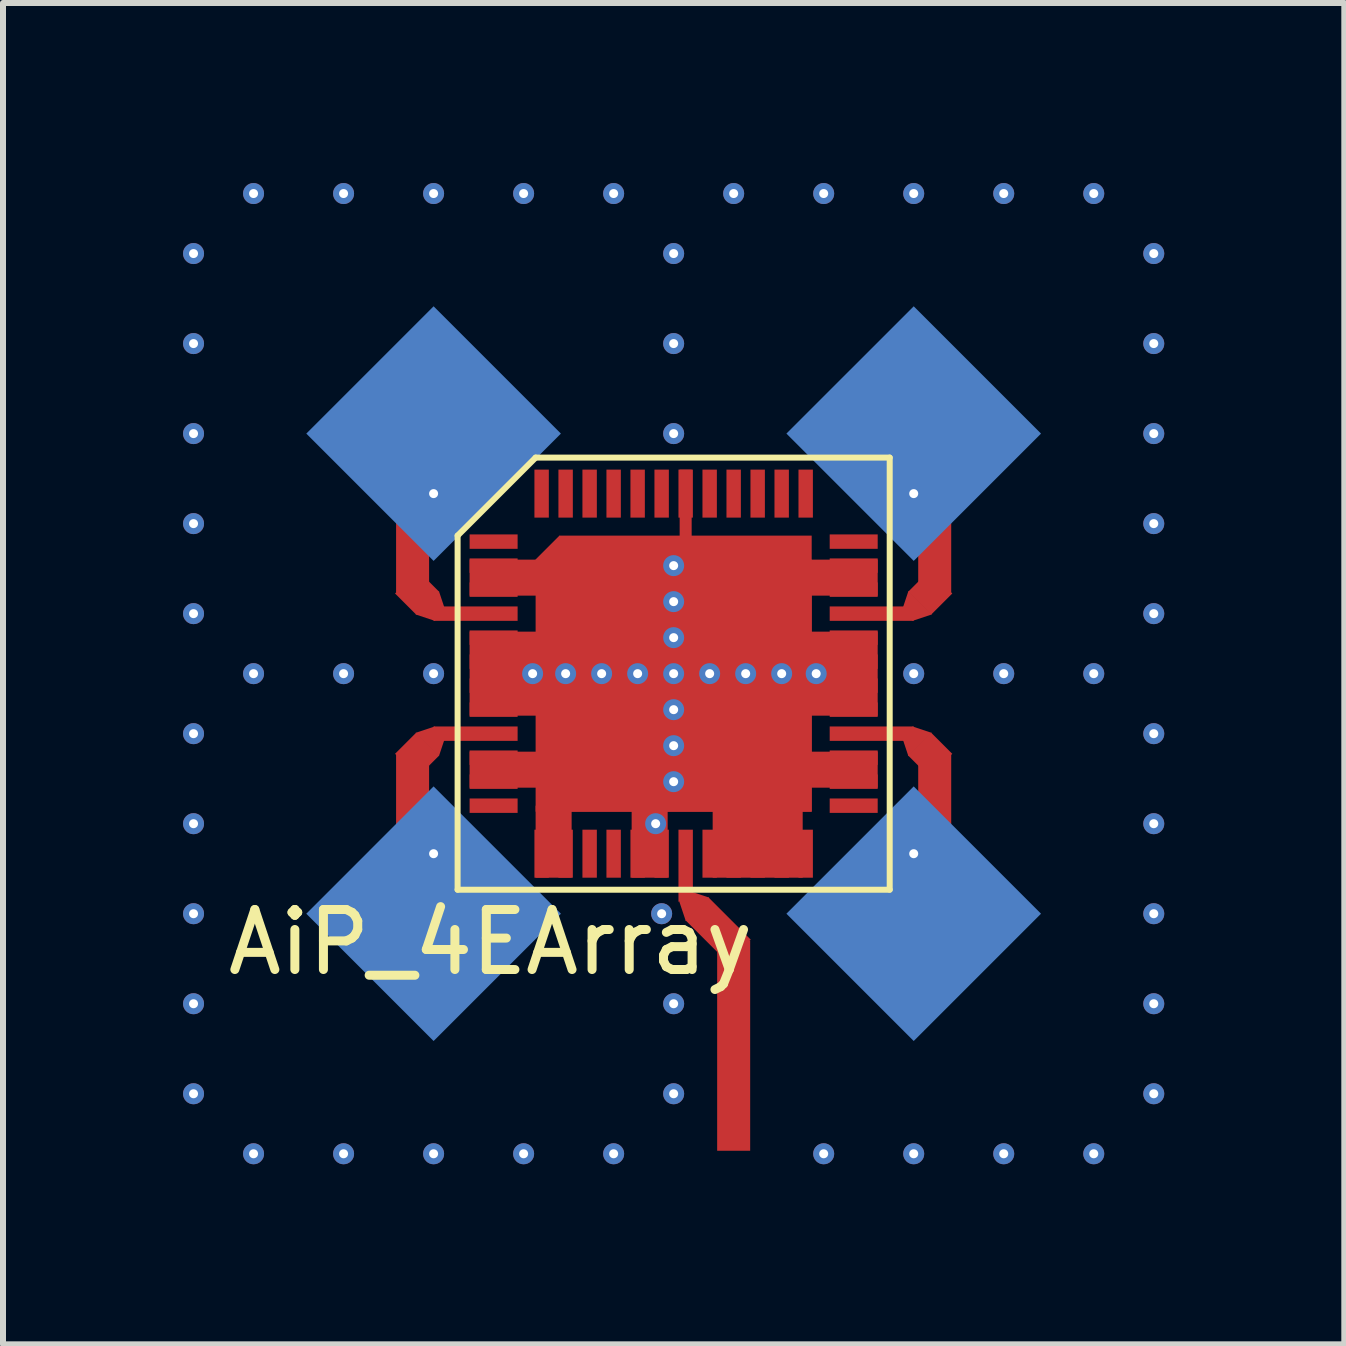
<source format=kicad_pcb>
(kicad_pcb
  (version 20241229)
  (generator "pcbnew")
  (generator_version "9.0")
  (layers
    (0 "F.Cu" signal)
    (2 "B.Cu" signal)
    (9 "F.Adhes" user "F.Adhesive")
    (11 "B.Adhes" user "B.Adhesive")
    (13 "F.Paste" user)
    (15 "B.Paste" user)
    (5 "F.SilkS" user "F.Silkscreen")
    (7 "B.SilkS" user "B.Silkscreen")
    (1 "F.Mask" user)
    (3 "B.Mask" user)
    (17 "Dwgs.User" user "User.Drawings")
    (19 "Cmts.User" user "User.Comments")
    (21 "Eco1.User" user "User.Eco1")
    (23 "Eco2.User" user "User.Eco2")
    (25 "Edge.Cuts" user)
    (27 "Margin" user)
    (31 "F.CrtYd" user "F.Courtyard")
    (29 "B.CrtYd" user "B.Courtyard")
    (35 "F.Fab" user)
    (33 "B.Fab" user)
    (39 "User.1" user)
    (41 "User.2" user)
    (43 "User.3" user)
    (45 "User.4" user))
  (footprint "AiP_4EArray"
    (layer "F.Cu")
    (at 8.175 8.175)
    (property "Reference" "AiP_4EArray" (at -3.05 4.475 0) (layer "F.SilkS") (effects (font (size 1 1) (thickness 0.15))))
    (attr through_hole)
    (fp_line (start -3.6 -2.3) (end -3.6 3.6) (stroke (width 0.1) (type solid)) (layer "F.SilkS"))
    (fp_line (start -3.6 3.6) (end 3.6 3.6) (stroke (width 0.1) (type solid)) (layer "F.SilkS"))
    (fp_line (start -2.3 -3.6) (end -3.6 -2.3) (stroke (width 0.1) (type solid)) (layer "F.SilkS"))
    (fp_line (start 3.6 -3.6) (end -2.3 -3.6) (stroke (width 0.1) (type solid)) (layer "F.SilkS"))
    (fp_line (start 3.6 3.6) (end 3.6 -3.6) (stroke (width 0.1) (type solid)) (layer "F.SilkS"))
    (pad "1" smd rect (at -3 -2.2) (size 0.8 0.24) (layers "F.Cu" "F.Mask" "F.Paste"))
    (pad "2" thru_hole circle (at -8 -7) (size 0.35 0.35) (drill 0.15) (layers "*.Cu" "*.Mask"))
    (pad "2" thru_hole circle (at -8 -5.5) (size 0.35 0.35) (drill 0.15) (layers "*.Cu" "*.Mask"))
    (pad "2" thru_hole circle (at -8 -4) (size 0.35 0.35) (drill 0.15) (layers "*.Cu" "*.Mask"))
    (pad "2" thru_hole circle (at -8 -2.5) (size 0.35 0.35) (drill 0.15) (layers "*.Cu" "*.Mask"))
    (pad "2" thru_hole circle (at -8 -1) (size 0.35 0.35) (drill 0.15) (layers "*.Cu" "*.Mask"))
    (pad "2" thru_hole circle (at -8 1) (size 0.35 0.35) (drill 0.15) (layers "*.Cu" "*.Mask"))
    (pad "2" thru_hole circle (at -8 2.5) (size 0.35 0.35) (drill 0.15) (layers "*.Cu" "*.Mask"))
    (pad "2" thru_hole circle (at -8 4) (size 0.35 0.35) (drill 0.15) (layers "*.Cu" "*.Mask"))
    (pad "2" thru_hole circle (at -8 5.5) (size 0.35 0.35) (drill 0.15) (layers "*.Cu" "*.Mask"))
    (pad "2" thru_hole circle (at -8 7) (size 0.35 0.35) (drill 0.15) (layers "*.Cu" "*.Mask"))
    (pad "2" thru_hole circle (at -7 -8) (size 0.35 0.35) (drill 0.15) (layers "*.Cu" "*.Mask"))
    (pad "2" thru_hole circle (at -7 0) (size 0.35 0.35) (drill 0.15) (layers "*.Cu" "*.Mask"))
    (pad "2" thru_hole circle (at -7 8) (size 0.35 0.35) (drill 0.15) (layers "*.Cu" "*.Mask"))
    (pad "2" thru_hole circle (at -5.5 -8) (size 0.35 0.35) (drill 0.15) (layers "*.Cu" "*.Mask"))
    (pad "2" thru_hole circle (at -5.5 0) (size 0.35 0.35) (drill 0.15) (layers "*.Cu" "*.Mask"))
    (pad "2" thru_hole circle (at -5.5 8) (size 0.35 0.35) (drill 0.15) (layers "*.Cu" "*.Mask"))
    (pad "2" thru_hole circle (at -4 -8) (size 0.35 0.35) (drill 0.15) (layers "*.Cu" "*.Mask"))
    (pad "2" thru_hole circle (at -4 0) (size 0.35 0.35) (drill 0.15) (layers "*.Cu" "*.Mask"))
    (pad "2" thru_hole circle (at -4 8) (size 0.35 0.35) (drill 0.15) (layers "*.Cu" "*.Mask"))
    (pad "2" smd rect (at -3 -1.8) (size 0.8 0.24) (layers "F.Cu" "F.Mask" "F.Paste"))
    (pad "2" smd rect (at -2.8 -1.6) (size 1.2 0.6) (layers "F.Cu"))
    (pad "2" smd rect (at -2.8 0) (size 1.2 1.4) (layers "F.Cu"))
    (pad "2" smd rect (at -2.8 1.6) (size 1.2 0.6) (layers "F.Cu"))
    (pad "2" thru_hole circle (at -2.5 -8) (size 0.35 0.35) (drill 0.15) (layers "*.Cu" "*.Mask"))
    (pad "2" thru_hole circle (at -2.5 8) (size 0.35 0.35) (drill 0.15) (layers "*.Cu" "*.Mask"))
    (pad "2" thru_hole circle (at -2.35 0) (size 0.35 0.35) (drill 0.15) (layers "*.Cu"))
    (pad "2" smd rect (at -2 2.8) (size 0.6 1.2) (layers "F.Cu"))
    (pad "2" smd rect (at -1.9 -1.9 45) (size 0.57 0.57) (layers "F.Cu" "F.Mask" "F.Paste"))
    (pad "2" thru_hole circle (at -1.8 0) (size 0.35 0.35) (drill 0.15) (layers "*.Cu" "*.Mask"))
    (pad "2" thru_hole circle (at -1.2 0) (size 0.35 0.35) (drill 0.15) (layers "*.Cu" "*.Mask"))
    (pad "2" thru_hole circle (at -1 -8) (size 0.35 0.35) (drill 0.15) (layers "*.Cu" "*.Mask"))
    (pad "2" thru_hole circle (at -1 8) (size 0.35 0.35) (drill 0.15) (layers "*.Cu" "*.Mask"))
    (pad "2" thru_hole circle (at -0.6 0) (size 0.35 0.35) (drill 0.15) (layers "*.Cu" "*.Mask"))
    (pad "2" smd rect (at -0.4 2.8) (size 0.6 1.2) (layers "F.Cu"))
    (pad "2" thru_hole circle (at -0.3 2.5) (size 0.35 0.35) (drill 0.15) (layers "*.Cu" "*.Mask"))
    (pad "2" thru_hole circle (at -0.2 4) (size 0.35 0.35) (drill 0.15) (layers "*.Cu" "*.Mask"))
    (pad "2" thru_hole circle (at 0 -7) (size 0.35 0.35) (drill 0.15) (layers "*.Cu" "*.Mask"))
    (pad "2" thru_hole circle (at 0 -5.5) (size 0.35 0.35) (drill 0.15) (layers "*.Cu" "*.Mask"))
    (pad "2" thru_hole circle (at 0 -4) (size 0.35 0.35) (drill 0.15) (layers "*.Cu" "*.Mask"))
    (pad "2" thru_hole circle (at 0 -1.8) (size 0.35 0.35) (drill 0.15) (layers "*.Cu" "*.Mask"))
    (pad "2" thru_hole circle (at 0 -1.2) (size 0.35 0.35) (drill 0.15) (layers "*.Cu" "*.Mask"))
    (pad "2" thru_hole circle (at 0 -0.6) (size 0.35 0.35) (drill 0.15) (layers "*.Cu" "*.Mask"))
    (pad "2" thru_hole circle (at 0 0) (size 0.35 0.35) (drill 0.15) (layers "*.Cu" "*.Mask"))
    (pad "2" smd rect (at 0 0.2) (size 4.6 4.2) (layers "F.Cu" "F.Mask" "F.Paste"))
    (pad "2" thru_hole circle (at 0 0.6) (size 0.35 0.35) (drill 0.15) (layers "*.Cu" "*.Mask"))
    (pad "2" thru_hole circle (at 0 1.2) (size 0.35 0.35) (drill 0.15) (layers "*.Cu" "*.Mask"))
    (pad "2" thru_hole circle (at 0 1.8) (size 0.35 0.35) (drill 0.15) (layers "*.Cu" "*.Mask"))
    (pad "2" thru_hole circle (at 0 5.5) (size 0.35 0.35) (drill 0.15) (layers "*.Cu" "*.Mask"))
    (pad "2" thru_hole circle (at 0 7) (size 0.35 0.35) (drill 0.15) (layers "*.Cu" "*.Mask"))
    (pad "2" smd rect (at 0.2 0) (size 4.2 4.6) (layers "F.Cu" "F.Mask" "F.Paste"))
    (pad "2" thru_hole circle (at 0.6 0) (size 0.35 0.35) (drill 0.15) (layers "*.Cu" "*.Mask"))
    (pad "2" thru_hole circle (at 1 -8) (size 0.35 0.35) (drill 0.15) (layers "*.Cu" "*.Mask"))
    (pad "2" thru_hole circle (at 1.2 0) (size 0.35 0.35) (drill 0.15) (layers "*.Cu" "*.Mask"))
    (pad "2" smd rect (at 1.4 2.8) (size 1.5 1.2) (layers "F.Cu"))
    (pad "2" thru_hole circle (at 1.8 0) (size 0.35 0.35) (drill 0.15) (layers "*.Cu" "*.Mask"))
    (pad "2" thru_hole circle (at 2.375 0) (size 0.35 0.35) (drill 0.15) (layers "*.Cu"))
    (pad "2" thru_hole circle (at 2.5 -8) (size 0.35 0.35) (drill 0.15) (layers "*.Cu" "*.Mask"))
    (pad "2" thru_hole circle (at 2.5 8) (size 0.35 0.35) (drill 0.15) (layers "*.Cu" "*.Mask"))
    (pad "2" smd rect (at 2.8 -1.6) (size 1.2 0.6) (layers "F.Cu"))
    (pad "2" smd rect (at 2.8 0) (size 1.2 1.4) (layers "F.Cu"))
    (pad "2" smd rect (at 2.8 1.6) (size 1.2 0.6) (layers "F.Cu"))
    (pad "2" thru_hole circle (at 4 -8) (size 0.35 0.35) (drill 0.15) (layers "*.Cu" "*.Mask"))
    (pad "2" thru_hole circle (at 4 0) (size 0.35 0.35) (drill 0.15) (layers "*.Cu" "*.Mask"))
    (pad "2" thru_hole circle (at 4 8) (size 0.35 0.35) (drill 0.15) (layers "*.Cu" "*.Mask"))
    (pad "2" thru_hole circle (at 5.5 -8) (size 0.35 0.35) (drill 0.15) (layers "*.Cu" "*.Mask"))
    (pad "2" thru_hole circle (at 5.5 0) (size 0.35 0.35) (drill 0.15) (layers "*.Cu" "*.Mask"))
    (pad "2" thru_hole circle (at 5.5 8) (size 0.35 0.35) (drill 0.15) (layers "*.Cu" "*.Mask"))
    (pad "2" thru_hole circle (at 7 -8) (size 0.35 0.35) (drill 0.15) (layers "*.Cu" "*.Mask"))
    (pad "2" thru_hole circle (at 7 0) (size 0.35 0.35) (drill 0.15) (layers "*.Cu" "*.Mask"))
    (pad "2" thru_hole circle (at 7 8) (size 0.35 0.35) (drill 0.15) (layers "*.Cu" "*.Mask"))
    (pad "2" thru_hole circle (at 8 -7) (size 0.35 0.35) (drill 0.15) (layers "*.Cu" "*.Mask"))
    (pad "2" thru_hole circle (at 8 -5.5) (size 0.35 0.35) (drill 0.15) (layers "*.Cu" "*.Mask"))
    (pad "2" thru_hole circle (at 8 -4) (size 0.35 0.35) (drill 0.15) (layers "*.Cu" "*.Mask"))
    (pad "2" thru_hole circle (at 8 -2.5) (size 0.35 0.35) (drill 0.15) (layers "*.Cu" "*.Mask"))
    (pad "2" thru_hole circle (at 8 -1) (size 0.35 0.35) (drill 0.15) (layers "*.Cu" "*.Mask"))
    (pad "2" thru_hole circle (at 8 1) (size 0.35 0.35) (drill 0.15) (layers "*.Cu" "*.Mask"))
    (pad "2" thru_hole circle (at 8 2.5) (size 0.35 0.35) (drill 0.15) (layers "*.Cu" "*.Mask"))
    (pad "2" thru_hole circle (at 8 4) (size 0.35 0.35) (drill 0.15) (layers "*.Cu" "*.Mask"))
    (pad "2" thru_hole circle (at 8 5.5) (size 0.35 0.35) (drill 0.15) (layers "*.Cu" "*.Mask"))
    (pad "2" thru_hole circle (at 8 7) (size 0.35 0.35) (drill 0.15) (layers "*.Cu" "*.Mask"))
    (pad "3" smd rect (at -3 -1.4) (size 0.8 0.24) (layers "F.Cu" "F.Mask" "F.Paste"))
    (pad "4" smd rect (at -4.31 -2.68 135) (size 0.55 0.35) (layers "F.Cu" "F.Mask" "F.Paste"))
    (pad "4" smd rect (at -4.275 -1.35 45) (size 0.54 0.5) (layers "F.Cu" "F.Mask" "F.Paste"))
    (pad "4" smd trapezoid (at -4.1 -2.9 315) (size 0.4 0.3) (rect_delta 0 0.15) (layers "F.Cu" "F.Mask" "F.Paste"))
    (pad "4" smd rect (at -4 -4 45) (size 3 3) (layers "B.Cu" "B.Mask" "B.Paste"))
    (pad "4" thru_hole circle (at -4 -3) (size 0.35 0.35) (drill 0.15) (layers "*.Cu" "*.Mask"))
    (pad "4" smd trapezoid (at -4 -1.075 225) (size 0.4 0.3) (rect_delta 0 0.15) (layers "F.Cu" "F.Mask" "F.Paste"))
    (pad "4" smd rect (at -3.3 -1) (size 1.4 0.24) (layers "F.Cu" "F.Mask" "F.Paste"))
    (pad "5" smd rect (at -3 -0.6) (size 0.8 0.24) (layers "F.Cu" "F.Mask" "F.Paste"))
    (pad "6" smd rect (at -3 -0.2) (size 0.8 0.24) (layers "F.Cu" "F.Mask" "F.Paste"))
    (pad "7" smd rect (at -3 0.2) (size 0.8 0.24) (layers "F.Cu" "F.Mask" "F.Paste"))
    (pad "8" smd rect (at -3 0.6) (size 0.8 0.24) (layers "F.Cu" "F.Mask" "F.Paste"))
    (pad "9" smd rect (at -4.35 2.05) (size 0.55 1.4) (layers "F.Cu" "F.Mask" "F.Paste"))
    (pad "9" smd rect (at -4.31 2.68 45) (size 0.55 0.35) (layers "F.Cu" "F.Mask" "F.Paste"))
    (pad "9" smd rect (at -4.275 1.35 135) (size 0.54 0.5) (layers "F.Cu" "F.Mask" "F.Paste"))
    (pad "9" smd trapezoid (at -4.1 2.9 225) (size 0.4 0.3) (rect_delta 0 0.15) (layers "F.Cu" "F.Mask" "F.Paste"))
    (pad "9" smd trapezoid (at -4 1.075 315) (size 0.4 0.3) (rect_delta 0 0.15) (layers "F.Cu" "F.Mask" "F.Paste"))
    (pad "9" thru_hole circle (at -4 3) (size 0.35 0.35) (drill 0.15) (layers "*.Cu" "*.Mask"))
    (pad "9" smd rect (at -4 4 45) (size 3 3) (layers "B.Cu" "B.Mask" "B.Paste"))
    (pad "9" smd rect (at -3.3 1) (size 1.4 0.24) (layers "F.Cu" "F.Mask" "F.Paste"))
    (pad "10" smd rect (at -3 1.4) (size 0.8 0.24) (layers "F.Cu" "F.Mask" "F.Paste"))
    (pad "11" smd rect (at -3 1.8) (size 0.8 0.24) (layers "F.Cu" "F.Mask" "F.Paste"))
    (pad "12" smd rect (at -3 2.2) (size 0.8 0.24) (layers "F.Cu" "F.Mask" "F.Paste"))
    (pad "13" smd rect (at -2.2 3) (size 0.24 0.8) (layers "F.Cu" "F.Mask" "F.Paste"))
    (pad "14" smd rect (at -1.8 3) (size 0.24 0.8) (layers "F.Cu" "F.Mask" "F.Paste"))
    (pad "15" smd rect (at -1.4 3) (size 0.24 0.8) (layers "F.Cu" "F.Mask" "F.Paste"))
    (pad "16" smd rect (at -1 3) (size 0.24 0.8) (layers "F.Cu" "F.Mask" "F.Paste"))
    (pad "17" smd rect (at -0.6 3) (size 0.24 0.8) (layers "F.Cu" "F.Mask" "F.Paste"))
    (pad "18" smd rect (at -0.2 3) (size 0.24 0.8) (layers "F.Cu" "F.Mask" "F.Paste"))
    (pad "19" smd rect (at 0.2 3.2) (size 0.24 1.2) (layers "F.Cu" "F.Mask" "F.Paste"))
    (pad "19" smd trapezoid (at 0.29 3.82 45) (size 0.4 0.3) (rect_delta 0 0.15) (layers "F.Cu" "F.Mask" "F.Paste"))
    (pad "19" smd rect (at 0.74 4.27 45) (size 0.54 1) (layers "F.Cu" "F.Mask" "F.Paste"))
    (pad "19" smd rect (at 1 6.2) (size 0.55 3.5) (layers "F.Cu" "F.Mask" "F.Paste"))
    (pad "20" smd rect (at 0.6 3) (size 0.24 0.8) (layers "F.Cu" "F.Mask" "F.Paste"))
    (pad "21" smd rect (at -4.35 -2.05) (size 0.55 1.4) (layers "F.Cu" "F.Mask" "F.Paste"))
    (pad "21" smd rect (at 1 3) (size 0.24 0.8) (layers "F.Cu" "F.Mask" "F.Paste"))
    (pad "22" smd rect (at 1.4 3) (size 0.24 0.8) (layers "F.Cu" "F.Mask" "F.Paste"))
    (pad "23" smd rect (at 1.8 3) (size 0.24 0.8) (layers "F.Cu" "F.Mask" "F.Paste"))
    (pad "24" smd rect (at 2.2 3) (size 0.24 0.8) (layers "F.Cu" "F.Mask" "F.Paste"))
    (pad "25" smd rect (at 3 2.2) (size 0.8 0.24) (layers "F.Cu" "F.Mask" "F.Paste"))
    (pad "26" smd rect (at 3 1.8) (size 0.8 0.24) (layers "F.Cu" "F.Mask" "F.Paste"))
    (pad "27" smd rect (at 3 1.4) (size 0.8 0.24) (layers "F.Cu" "F.Mask" "F.Paste"))
    (pad "28" smd rect (at 3.3 1) (size 1.4 0.24) (layers "F.Cu" "F.Mask" "F.Paste"))
    (pad "28" smd trapezoid (at 4 1.075 45) (size 0.4 0.3) (rect_delta 0 0.15) (layers "F.Cu" "F.Mask" "F.Paste"))
    (pad "28" thru_hole circle (at 4 3) (size 0.35 0.35) (drill 0.15) (layers "*.Cu" "*.Mask"))
    (pad "28" smd rect (at 4 4 45) (size 3 3) (layers "B.Cu" "B.Mask" "B.Paste"))
    (pad "28" smd trapezoid (at 4.1 2.9 135) (size 0.4 0.3) (rect_delta 0 0.15) (layers "F.Cu" "F.Mask" "F.Paste"))
    (pad "28" smd rect (at 4.275 1.35 45) (size 0.54 0.5) (layers "F.Cu" "F.Mask" "F.Paste"))
    (pad "28" smd rect (at 4.31 2.68 135) (size 0.55 0.35) (layers "F.Cu" "F.Mask" "F.Paste"))
    (pad "28" smd rect (at 4.35 2.05) (size 0.55 1.4) (layers "F.Cu" "F.Mask" "F.Paste"))
    (pad "29" smd rect (at 3 0.6) (size 0.8 0.24) (layers "F.Cu" "F.Mask" "F.Paste"))
    (pad "30" smd rect (at 3 0.2) (size 0.8 0.24) (layers "F.Cu" "F.Mask" "F.Paste"))
    (pad "31" smd rect (at 3 -0.2) (size 0.8 0.24) (layers "F.Cu" "F.Mask" "F.Paste"))
    (pad "32" smd rect (at 3 -0.6) (size 0.8 0.24) (layers "F.Cu" "F.Mask" "F.Paste"))
    (pad "33" smd rect (at 3.3 -1) (size 1.4 0.24) (layers "F.Cu" "F.Mask" "F.Paste"))
    (pad "33" smd rect (at 4 -4 45) (size 3 3) (layers "B.Cu" "B.Mask" "B.Paste"))
    (pad "33" thru_hole circle (at 4 -3) (size 0.35 0.35) (drill 0.15) (layers "*.Cu" "*.Mask"))
    (pad "33" smd trapezoid (at 4 -1.075 135) (size 0.4 0.3) (rect_delta 0 0.15) (layers "F.Cu" "F.Mask" "F.Paste"))
    (pad "33" smd trapezoid (at 4.1 -2.9 45) (size 0.4 0.3) (rect_delta 0 0.15) (layers "F.Cu" "F.Mask" "F.Paste"))
    (pad "33" smd rect (at 4.275 -1.35 135) (size 0.54 0.5) (layers "F.Cu" "F.Mask" "F.Paste"))
    (pad "33" smd rect (at 4.31 -2.68 45) (size 0.55 0.35) (layers "F.Cu" "F.Mask" "F.Paste"))
    (pad "33" smd rect (at 4.35 -2.05) (size 0.55 1.4) (layers "F.Cu" "F.Mask" "F.Paste"))
    (pad "34" smd rect (at 3 -1.4) (size 0.8 0.24) (layers "F.Cu" "F.Mask" "F.Paste"))
    (pad "35" smd rect (at 3 -1.8) (size 0.8 0.24) (layers "F.Cu" "F.Mask" "F.Paste"))
    (pad "36" smd rect (at 3 -2.2) (size 0.8 0.24) (layers "F.Cu" "F.Mask" "F.Paste"))
    (pad "37" smd rect (at 2.2 -3) (size 0.24 0.8) (layers "F.Cu" "F.Mask" "F.Paste"))
    (pad "38" smd rect (at 1.8 -3) (size 0.24 0.8) (layers "F.Cu" "F.Mask" "F.Paste"))
    (pad "39" smd rect (at 1.4 -3) (size 0.24 0.8) (layers "F.Cu" "F.Mask" "F.Paste"))
    (pad "40" smd rect (at 1 -3) (size 0.24 0.8) (layers "F.Cu" "F.Mask" "F.Paste"))
    (pad "41" smd rect (at 0.6 -3) (size 0.24 0.8) (layers "F.Cu" "F.Mask" "F.Paste"))
    (pad "42" smd rect (at 0.2 -3) (size 0.24 0.8) (layers "F.Cu" "F.Mask" "F.Paste"))
    (pad "42" smd rect (at 0.2 -2.8) (size 0.2 1.2) (layers "F.Cu"))
    (pad "43" smd rect (at -0.2 -3) (size 0.24 0.8) (layers "F.Cu" "F.Mask" "F.Paste"))
    (pad "44" smd rect (at -0.6 -3) (size 0.24 0.8) (layers "F.Cu" "F.Mask" "F.Paste"))
    (pad "45" smd rect (at -1 -3) (size 0.24 0.8) (layers "F.Cu" "F.Mask" "F.Paste"))
    (pad "46" smd rect (at -1.4 -3) (size 0.24 0.8) (layers "F.Cu" "F.Mask" "F.Paste"))
    (pad "47" smd rect (at -1.8 -3) (size 0.24 0.8) (layers "F.Cu" "F.Mask" "F.Paste"))
    (pad "48" smd rect (at -2.2 -3) (size 0.24 0.8) (layers "F.Cu" "F.Mask" "F.Paste")))
  (gr_rect
    (start -3 -3)
    (end 19.35 19.35)
    (stroke (width 0.1) (type default))
    (fill no)
    (layer "Edge.Cuts")))
</source>
